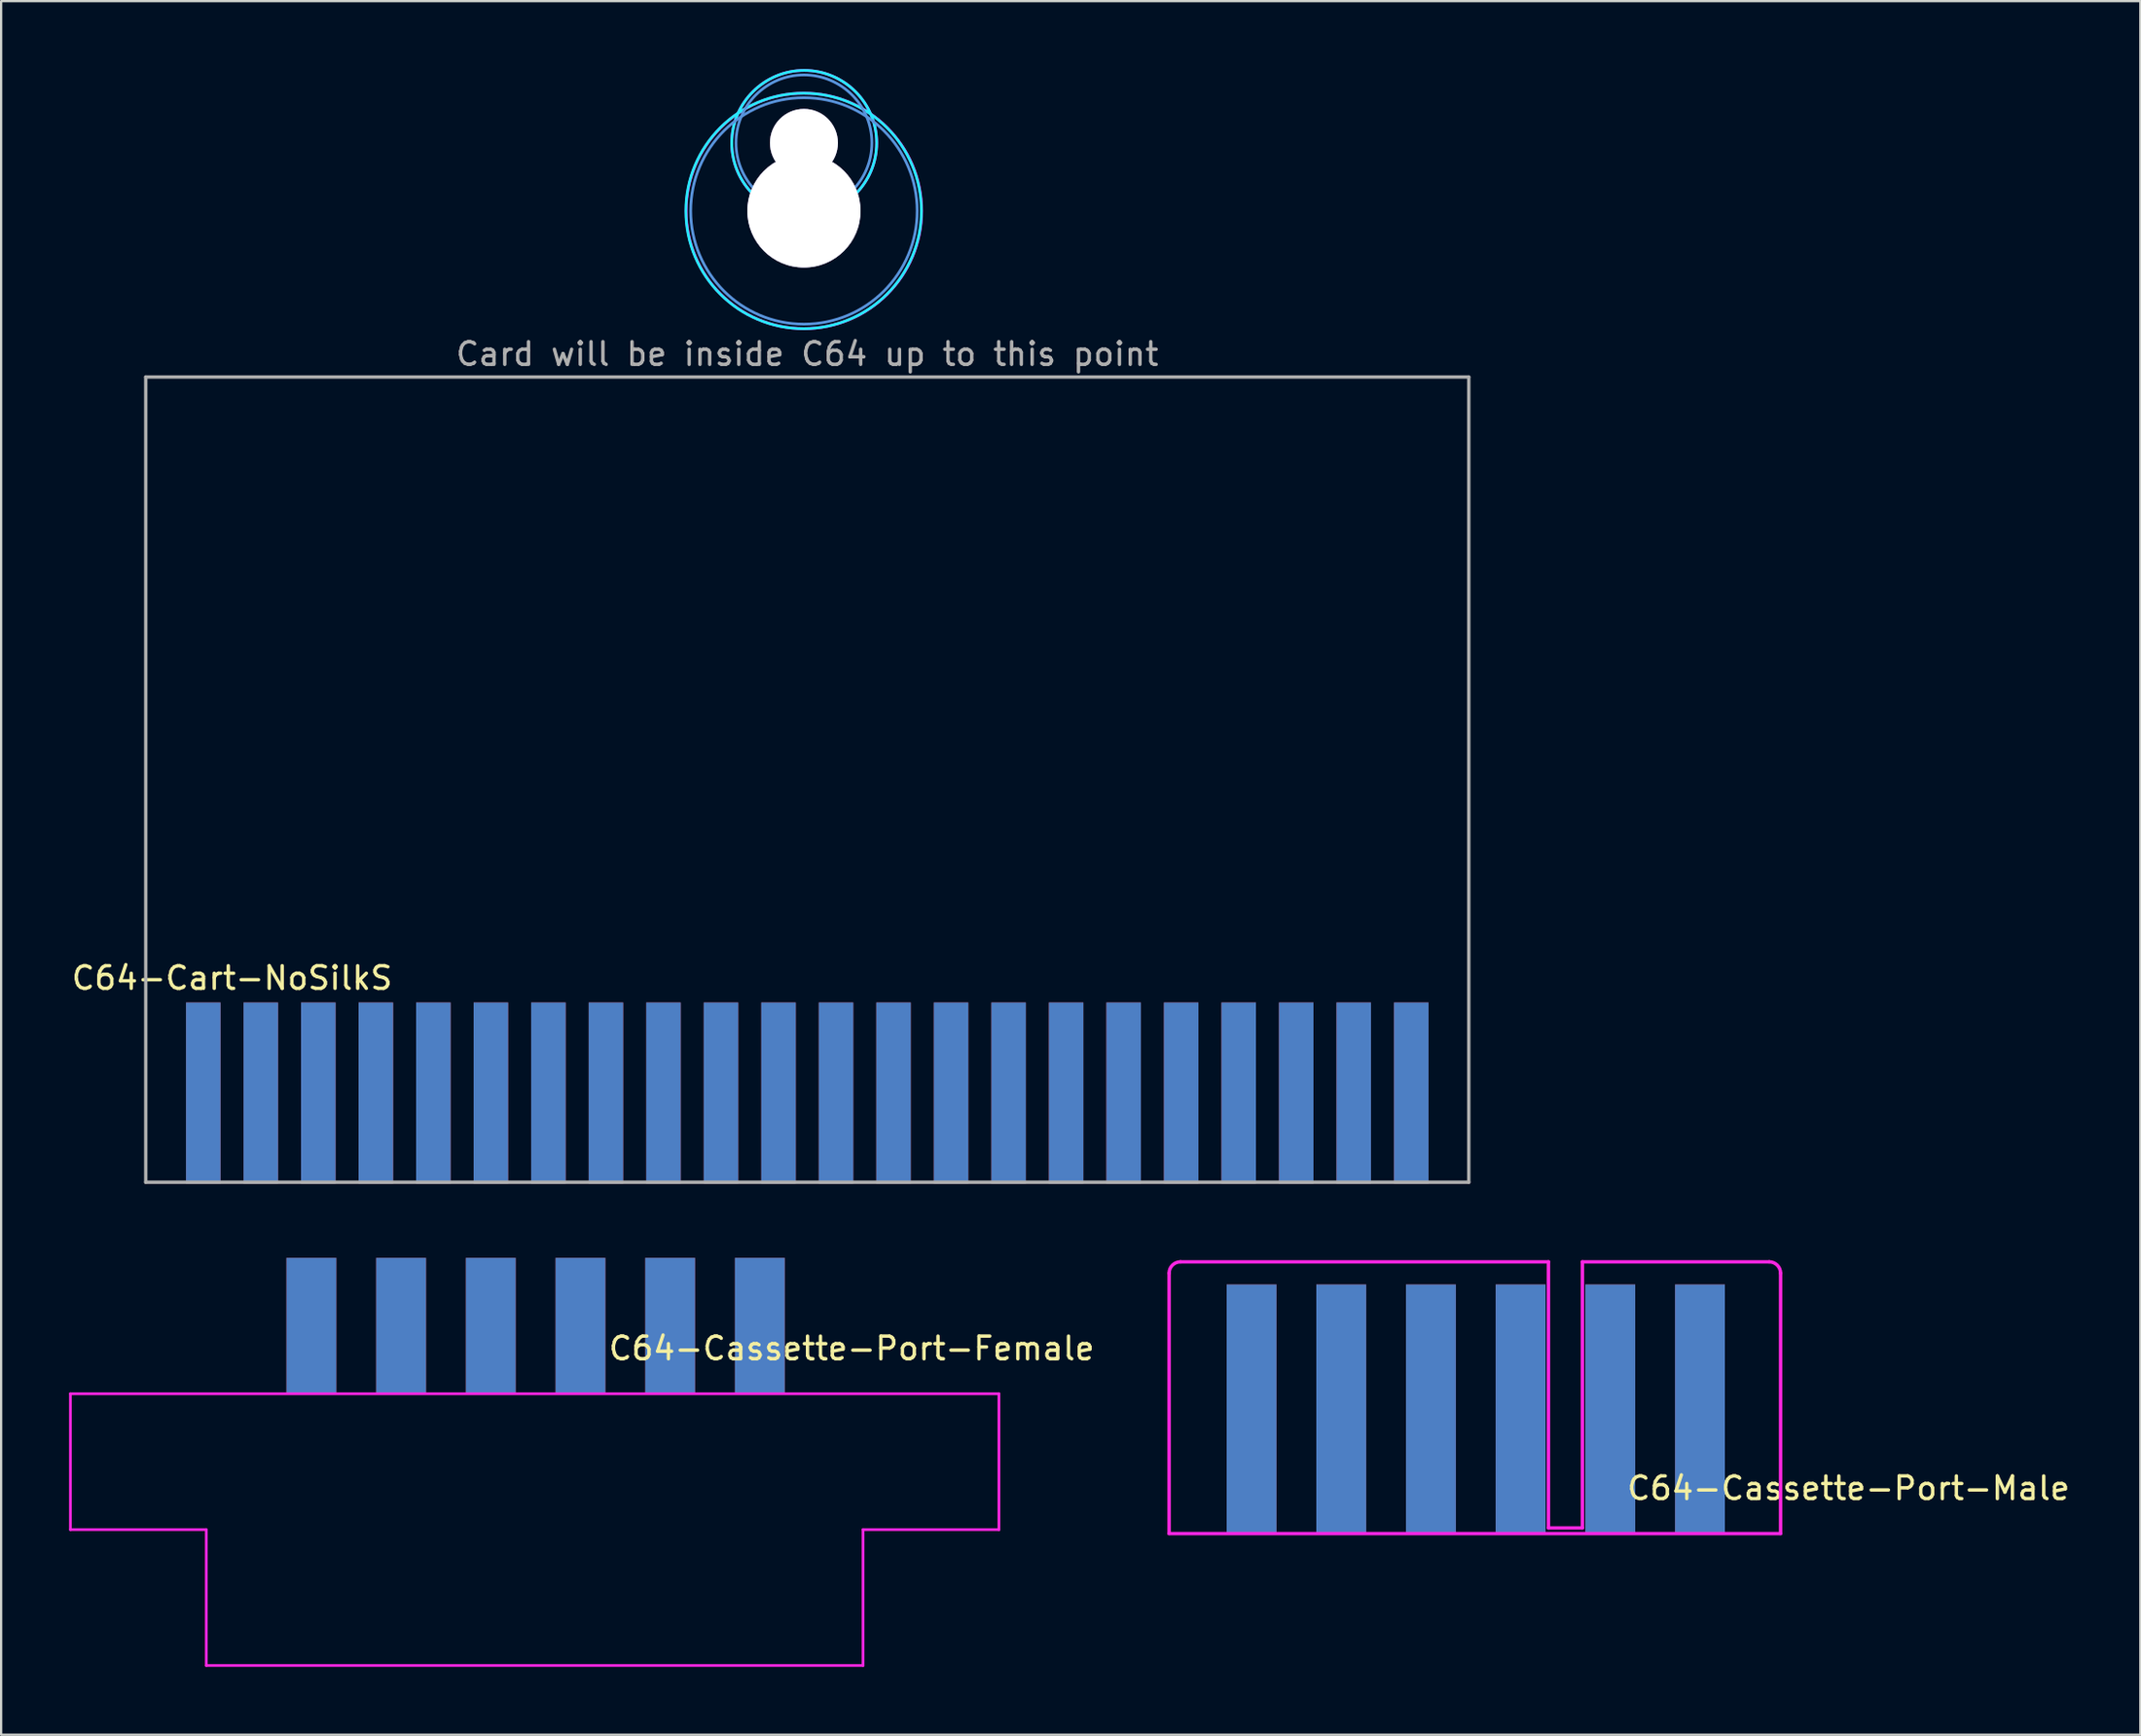
<source format=kicad_pcb>
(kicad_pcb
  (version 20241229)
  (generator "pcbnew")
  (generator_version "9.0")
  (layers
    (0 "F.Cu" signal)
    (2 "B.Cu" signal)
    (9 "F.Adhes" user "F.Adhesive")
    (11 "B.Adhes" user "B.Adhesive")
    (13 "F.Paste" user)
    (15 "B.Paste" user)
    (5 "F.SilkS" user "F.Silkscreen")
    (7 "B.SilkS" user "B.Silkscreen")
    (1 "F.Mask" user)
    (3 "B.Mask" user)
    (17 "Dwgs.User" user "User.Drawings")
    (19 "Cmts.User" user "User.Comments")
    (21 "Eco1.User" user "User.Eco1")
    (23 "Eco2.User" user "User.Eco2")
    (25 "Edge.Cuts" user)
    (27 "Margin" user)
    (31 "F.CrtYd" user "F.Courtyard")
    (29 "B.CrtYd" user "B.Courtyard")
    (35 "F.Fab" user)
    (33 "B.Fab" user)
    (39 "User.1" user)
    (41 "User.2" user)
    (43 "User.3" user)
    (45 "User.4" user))
  (footprint "C64-Cassette-Port-Female"
    (layer "F.Cu")
    (at 20.06 58.5)
    (property "Reference" "C64-Cassette-Port-Female" (at 14.5 -2 0) (layer "F.SilkS") (effects (font (size 1 1) (thickness 0.15))))
    (attr through_hole)
    (fp_line (start -20 0) (end -20 6) (stroke (width 0.12) (type solid)) (layer "F.CrtYd"))
    (fp_line (start -20 0) (end 21 0) (stroke (width 0.12) (type solid)) (layer "F.CrtYd"))
    (fp_line (start -20 6) (end -14 6) (stroke (width 0.12) (type solid)) (layer "F.CrtYd"))
    (fp_line (start -14 6) (end -14 12) (stroke (width 0.12) (type solid)) (layer "F.CrtYd"))
    (fp_line (start 15 6) (end 15 12) (stroke (width 0.12) (type solid)) (layer "F.CrtYd"))
    (fp_line (start 15 12) (end -14 12) (stroke (width 0.12) (type solid)) (layer "F.CrtYd"))
    (fp_line (start 21 0) (end 21 6) (stroke (width 0.12) (type solid)) (layer "F.CrtYd"))
    (fp_line (start 21 6) (end 15 6) (stroke (width 0.12) (type solid)) (layer "F.CrtYd"))
    (pad "1" smd rect (at 10.44 -3) (size 2.2 6) (layers "F.Cu" "F.Mask" "F.Paste"))
    (pad "2" smd rect (at 6.48 -3) (size 2.2 6) (layers "F.Cu" "F.Mask" "F.Paste"))
    (pad "3" smd rect (at 2.52 -3) (size 2.2 6) (layers "F.Cu" "F.Mask" "F.Paste"))
    (pad "4" smd rect (at -1.44 -3) (size 2.2 6) (layers "F.Cu" "F.Mask" "F.Paste"))
    (pad "5" smd rect (at -5.4 -3) (size 2.2 6) (layers "F.Cu" "F.Mask" "F.Paste"))
    (pad "6" smd rect (at -9.36 -3) (size 2.2 6) (layers "F.Cu" "F.Mask" "F.Paste"))
    (pad "A" smd rect (at 10.44 -3) (size 2.2 6) (layers "B.Cu" "B.Mask" "B.Paste"))
    (pad "B" smd rect (at 6.48 -3) (size 2.2 6) (layers "B.Cu" "B.Mask" "B.Paste"))
    (pad "C" smd rect (at 2.52 -3) (size 2.2 6) (layers "B.Cu" "B.Mask" "B.Paste"))
    (pad "D" smd rect (at -1.44 -3) (size 2.2 6) (layers "B.Cu" "B.Mask" "B.Paste"))
    (pad "E" smd rect (at -5.4 -3) (size 2.2 6) (layers "B.Cu" "B.Mask" "B.Paste"))
    (pad "F" smd rect (at -9.36 -3) (size 2.2 6) (layers "B.Cu" "B.Mask" "B.Paste")))
  (footprint "C64-Cassette-Port-Male"
    (layer "F.Cu")
    (at 61.574 64.675)
    (property "Reference" "C64-Cassette-Port-Male" (at 17 -2 0) (layer "F.SilkS") (effects (font (size 1 1) (thickness 0.15))))
    (attr through_hole)
    (fp_poly (pts (xy -13.1 -12.1) (xy 14.1 -12.1) (xy 14.1 -0.7) (xy -13.1 -0.7)) (stroke (width 0.15) (type solid)) (fill yes) (layer "F.Mask"))
    (fp_poly (pts (xy -13.1 -12.1) (xy 14.1 -12.1) (xy 14.1 -0.7) (xy -13.1 -0.7)) (stroke (width 0.15) (type solid)) (fill yes) (layer "B.Mask"))
    (fp_line (start -13 -11.5) (end -13 0) (stroke (width 0.15) (type solid)) (layer "F.CrtYd"))
    (fp_line (start -13 0) (end 14 0) (stroke (width 0.15) (type solid)) (layer "F.CrtYd"))
    (fp_line (start 3.75 -12) (end -12.5 -12) (stroke (width 0.15) (type solid)) (layer "F.CrtYd"))
    (fp_line (start 3.75 -0.25) (end 3.75 -12) (stroke (width 0.15) (type solid)) (layer "F.CrtYd"))
    (fp_line (start 5.25 -12) (end 5.25 -0.25) (stroke (width 0.15) (type solid)) (layer "F.CrtYd"))
    (fp_line (start 5.25 -0.25) (end 3.75 -0.25) (stroke (width 0.15) (type solid)) (layer "F.CrtYd"))
    (fp_line (start 13.5 -12) (end 5.25 -12) (stroke (width 0.15) (type solid)) (layer "F.CrtYd"))
    (fp_line (start 14 0) (end 14 -11.5) (stroke (width 0.15) (type solid)) (layer "F.CrtYd"))
    (fp_arc (start -13 -11.5) (mid -12.853553 -11.853553) (end -12.5 -12) (stroke (width 0.15) (type solid)) (layer "F.CrtYd"))
    (fp_arc (start 13.5 -12) (mid 13.853553 -11.853553) (end 14 -11.5) (stroke (width 0.15) (type solid)) (layer "F.CrtYd"))
    (pad "1" smd rect (at 10.44 -5.5) (size 2.2 11) (layers "F.Cu" "F.Mask"))
    (pad "2" smd rect (at 6.48 -5.5) (size 2.2 11) (layers "F.Cu" "F.Mask"))
    (pad "3" smd rect (at 2.52 -5.5) (size 2.2 11) (layers "F.Cu" "F.Mask"))
    (pad "4" smd rect (at -1.44 -5.5) (size 2.2 11) (layers "F.Cu" "F.Mask"))
    (pad "5" smd rect (at -5.4 -5.5) (size 2.2 11) (layers "F.Cu" "F.Mask"))
    (pad "6" smd rect (at -9.36 -5.5) (size 2.2 11) (layers "F.Cu" "F.Mask"))
    (pad "A" smd rect (at 10.44 -5.5) (size 2.2 11) (layers "B.Cu" "B.Mask"))
    (pad "B" smd rect (at 6.48 -5.5) (size 2.2 11) (layers "B.Cu" "B.Mask"))
    (pad "C" smd rect (at 2.52 -5.5) (size 2.2 11) (layers "B.Cu" "B.Mask"))
    (pad "D" smd rect (at -1.44 -5.5) (size 2.2 11) (layers "B.Cu" "B.Mask"))
    (pad "E" smd rect (at -5.4 -5.5) (size 2.2 11) (layers "B.Cu" "B.Mask"))
    (pad "F" smd rect (at -9.36 -5.5) (size 2.2 11) (layers "B.Cu" "B.Mask")))
  (footprint "C64-Cart-NoSilkS"
    (layer "F.Cu")
    (at 3.386 49.16)
    (property "Reference" "C64-Cart-NoSilkS" (at 3.81 -9.018 0) (layer "F.SilkS") (effects (font (size 1 1) (thickness 0.15))))
    (attr through_hole)
    (fp_circle (center 29.063 -45.9) (end 32.063 -45.9) (stroke (width 0.12) (type solid)) (fill no) (layer "Cmts.User"))
    (fp_circle (center 29.063 -42.895) (end 34.063 -42.895) (stroke (width 0.12) (type solid)) (fill no) (layer "Cmts.User"))
    (fp_circle (center 29.05 -42.895) (end 34.25 -42.895) (stroke (width 0.12) (type solid)) (fill no) (layer "B.CrtYd"))
    (fp_circle (center 29.075 -45.9) (end 32.275 -45.9) (stroke (width 0.12) (type solid)) (fill no) (layer "B.CrtYd"))
    (fp_circle (center 29.063 -42.895) (end 34.263 -42.895) (stroke (width 0.12) (type solid)) (fill no) (layer "F.CrtYd"))
    (fp_circle (center 29.075 -45.9) (end 32.275 -45.9) (stroke (width 0.12) (type solid)) (fill no) (layer "F.CrtYd"))
    (fp_line (start 0 -35.56) (end 0 0) (stroke (width 0.15) (type solid)) (layer "F.Fab"))
    (fp_line (start 0 0) (end 58.42 0) (stroke (width 0.15) (type solid)) (layer "F.Fab"))
    (fp_line (start 58.42 -35.56) (end 0 -35.56) (stroke (width 0.15) (type solid)) (layer "F.Fab"))
    (fp_line (start 58.42 0) (end 58.42 -35.56) (stroke (width 0.15) (type solid)) (layer "F.Fab"))
    (fp_text user "Card will be inside C64 up to this point" (at 29.21 -36.576 0) (layer "F.Fab") (effects (font (size 1 1) (thickness 0.15))))
    (pad "" smd rect (at 29.21 -3.81 180) (size 58.42 8.3) (layers "F.Mask"))
    (pad "" smd rect (at 29.21 -3.81 180) (size 58.42 8.3) (layers "B.Mask"))
    (pad "1" smd rect (at 2.54 -3.938 180) (size 1.524 8) (layers "F.Cu" "F.Mask" "F.Paste"))
    (pad "2" smd rect (at 5.08 -3.938 180) (size 1.524 8) (layers "F.Cu" "F.Mask" "F.Paste"))
    (pad "3" smd rect (at 7.62 -3.938 180) (size 1.524 8) (layers "F.Cu" "F.Mask" "F.Paste"))
    (pad "4" smd rect (at 10.16 -3.938 180) (size 1.524 8) (layers "F.Cu" "F.Mask" "F.Paste"))
    (pad "5" smd rect (at 12.7 -3.938 180) (size 1.524 8) (layers "F.Cu" "F.Mask" "F.Paste"))
    (pad "6" smd rect (at 15.24 -3.938 180) (size 1.524 8) (layers "F.Cu" "F.Mask" "F.Paste"))
    (pad "7" smd rect (at 17.78 -3.938 180) (size 1.524 8) (layers "F.Cu" "F.Mask" "F.Paste"))
    (pad "8" smd rect (at 20.32 -3.938 180) (size 1.524 8) (layers "F.Cu" "F.Mask" "F.Paste"))
    (pad "9" smd rect (at 22.86 -3.938 180) (size 1.524 8) (layers "F.Cu" "F.Mask" "F.Paste"))
    (pad "10" smd rect (at 25.4 -3.938 180) (size 1.524 8) (layers "F.Cu" "F.Mask" "F.Paste"))
    (pad "11" smd rect (at 27.94 -3.938 180) (size 1.524 8) (layers "F.Cu" "F.Mask" "F.Paste"))
    (pad "12" smd rect (at 30.48 -3.938 180) (size 1.524 8) (layers "F.Cu" "F.Mask" "F.Paste"))
    (pad "13" smd rect (at 33.02 -3.938 180) (size 1.524 8) (layers "F.Cu" "F.Mask" "F.Paste"))
    (pad "14" smd rect (at 35.56 -3.938 180) (size 1.524 8) (layers "F.Cu" "F.Mask" "F.Paste"))
    (pad "15" smd rect (at 38.1 -3.938 180) (size 1.524 8) (layers "F.Cu" "F.Mask" "F.Paste"))
    (pad "16" smd rect (at 40.64 -3.938 180) (size 1.524 8) (layers "F.Cu" "F.Mask" "F.Paste"))
    (pad "17" smd rect (at 43.18 -3.938 180) (size 1.524 8) (layers "F.Cu" "F.Mask" "F.Paste"))
    (pad "18" smd rect (at 45.72 -3.938 180) (size 1.524 8) (layers "F.Cu" "F.Mask" "F.Paste"))
    (pad "19" smd rect (at 48.26 -3.938 180) (size 1.524 8) (layers "F.Cu" "F.Mask" "F.Paste"))
    (pad "20" smd rect (at 50.8 -3.938 180) (size 1.524 8) (layers "F.Cu" "F.Mask" "F.Paste"))
    (pad "21" smd rect (at 53.34 -3.938 180) (size 1.524 8) (layers "F.Cu" "F.Mask" "F.Paste"))
    (pad "22" smd rect (at 55.88 -3.938 180) (size 1.524 8) (layers "F.Cu" "F.Mask" "F.Paste"))
    (pad "A" smd rect (at 2.54 -3.938) (size 1.524 8) (layers "B.Cu" "B.Mask" "B.Paste"))
    (pad "B" smd rect (at 5.08 -3.938) (size 1.524 8) (layers "B.Cu" "B.Mask" "B.Paste"))
    (pad "C" smd rect (at 7.62 -3.938) (size 1.524 8) (layers "B.Cu" "B.Mask" "B.Paste"))
    (pad "D" smd rect (at 10.16 -3.938) (size 1.524 8) (layers "B.Cu" "B.Mask" "B.Paste"))
    (pad "E" smd rect (at 12.7 -3.938) (size 1.524 8) (layers "B.Cu" "B.Mask" "B.Paste"))
    (pad "F" smd rect (at 15.24 -3.938) (size 1.524 8) (layers "B.Cu" "B.Mask" "B.Paste"))
    (pad "H" smd rect (at 17.78 -3.938) (size 1.524 8) (layers "B.Cu" "B.Mask" "B.Paste"))
    (pad "J" smd rect (at 20.32 -3.938) (size 1.524 8) (layers "B.Cu" "B.Mask" "B.Paste"))
    (pad "K" smd rect (at 22.86 -3.938) (size 1.524 8) (layers "B.Cu" "B.Mask" "B.Paste"))
    (pad "L" smd rect (at 25.4 -3.938) (size 1.524 8) (layers "B.Cu" "B.Mask" "B.Paste"))
    (pad "M" smd rect (at 27.94 -3.938) (size 1.524 8) (layers "B.Cu" "B.Mask" "B.Paste"))
    (pad "N" smd rect (at 30.48 -3.938) (size 1.524 8) (layers "B.Cu" "B.Mask" "B.Paste"))
    (pad "P" smd rect (at 33.02 -3.938) (size 1.524 8) (layers "B.Cu" "B.Mask" "B.Paste"))
    (pad "R" smd rect (at 35.56 -3.938) (size 1.524 8) (layers "B.Cu" "B.Mask" "B.Paste"))
    (pad "S" smd rect (at 38.1 -3.938) (size 1.524 8) (layers "B.Cu" "B.Mask" "B.Paste"))
    (pad "T" smd rect (at 40.64 -3.938) (size 1.524 8) (layers "B.Cu" "B.Mask" "B.Paste"))
    (pad "U" smd rect (at 43.18 -3.938) (size 1.524 8) (layers "B.Cu" "B.Mask" "B.Paste"))
    (pad "V" smd rect (at 45.72 -3.938) (size 1.524 8) (layers "B.Cu" "B.Mask" "B.Paste"))
    (pad "W" smd rect (at 48.26 -3.938) (size 1.524 8) (layers "B.Cu" "B.Mask" "B.Paste"))
    (pad "X" thru_hole circle (at 29.063 -45.9) (size 3 3) (drill 3) (layers "*.Cu" "*.Mask"))
    (pad "X" thru_hole circle (at 29.063 -42.895) (size 5 5) (drill 5) (layers "*.Cu" "*.Mask"))
    (pad "X" smd rect (at 50.8 -3.938) (size 1.524 8) (layers "B.Cu" "B.Mask" "B.Paste"))
    (pad "Y" smd rect (at 53.34 -3.938) (size 1.524 8) (layers "B.Cu" "B.Mask" "B.Paste"))
    (pad "Z" smd rect (at 55.88 -3.938) (size 1.524 8) (layers "B.Cu" "B.Mask" "B.Paste")))
  (gr_rect
    (start -3 -3)
    (end 91.461 73.56)
    (stroke (width 0.1) (type default))
    (fill no)
    (layer "Edge.Cuts")))
</source>
